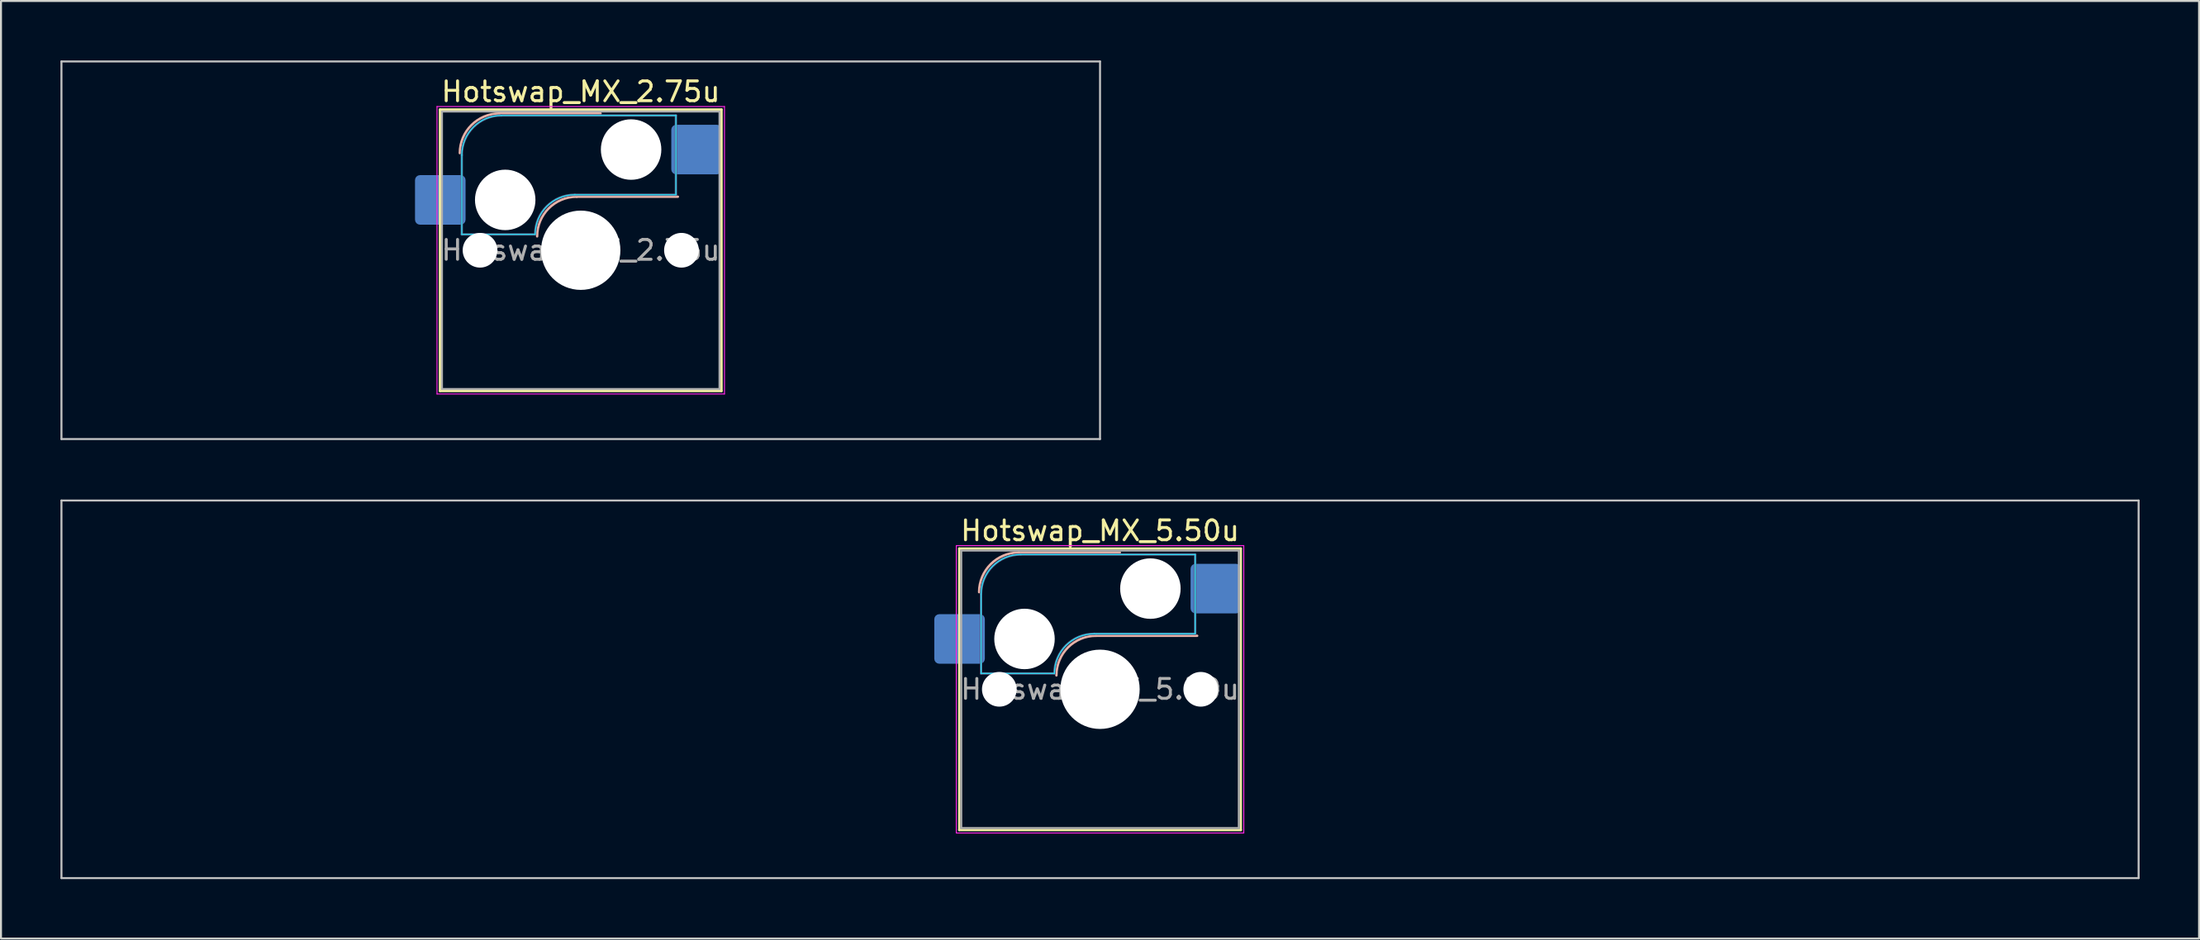
<source format=kicad_pcb>
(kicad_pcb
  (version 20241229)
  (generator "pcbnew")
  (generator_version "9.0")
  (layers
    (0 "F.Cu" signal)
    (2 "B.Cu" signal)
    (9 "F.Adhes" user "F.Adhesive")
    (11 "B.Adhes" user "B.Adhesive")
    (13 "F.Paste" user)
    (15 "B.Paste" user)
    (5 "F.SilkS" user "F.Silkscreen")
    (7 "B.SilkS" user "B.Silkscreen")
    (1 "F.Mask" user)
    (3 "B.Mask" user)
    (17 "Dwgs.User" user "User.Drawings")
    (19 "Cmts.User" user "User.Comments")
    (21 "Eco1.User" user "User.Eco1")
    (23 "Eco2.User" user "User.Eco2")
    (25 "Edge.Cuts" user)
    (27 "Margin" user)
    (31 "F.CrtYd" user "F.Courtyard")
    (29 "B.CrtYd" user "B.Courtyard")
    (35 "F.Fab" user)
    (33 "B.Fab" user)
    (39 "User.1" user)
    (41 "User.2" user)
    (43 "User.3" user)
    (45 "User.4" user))
  (footprint "Hotswap_MX_5.50u"
    (layer "F.Cu")
    (at 52.438 31.725)
    (property "Reference" "Hotswap_MX_5.50u" (at 0 -8 0) (layer "F.SilkS") (effects (font (size 1 1) (thickness 0.15))))
    (attr smd)
    (fp_line (start -7.1 -7.1) (end -7.1 7.1) (stroke (width 0.12) (type solid)) (layer "F.SilkS"))
    (fp_line (start -7.1 7.1) (end 7.1 7.1) (stroke (width 0.12) (type solid)) (layer "F.SilkS"))
    (fp_line (start 7.1 -7.1) (end -7.1 -7.1) (stroke (width 0.12) (type solid)) (layer "F.SilkS"))
    (fp_line (start 7.1 7.1) (end 7.1 -7.1) (stroke (width 0.12) (type solid)) (layer "F.SilkS"))
    (fp_line (start -4.1 -6.9) (end 1 -6.9) (stroke (width 0.12) (type solid)) (layer "B.SilkS"))
    (fp_line (start -0.2 -2.7) (end 4.9 -2.7) (stroke (width 0.12) (type solid)) (layer "B.SilkS"))
    (fp_arc (start -6.1 -4.9) (mid -5.514214 -6.314214) (end -4.1 -6.9) (stroke (width 0.12) (type solid)) (layer "B.SilkS"))
    (fp_arc (start -2.2 -0.7) (mid -1.614214 -2.114214) (end -0.2 -2.7) (stroke (width 0.12) (type solid)) (layer "B.SilkS"))
    (fp_line (start -52.388 -9.525) (end -52.388 9.525) (stroke (width 0.1) (type solid)) (layer "Dwgs.User"))
    (fp_line (start -52.388 9.525) (end 52.388 9.525) (stroke (width 0.1) (type solid)) (layer "Dwgs.User"))
    (fp_line (start 52.388 -9.525) (end -52.388 -9.525) (stroke (width 0.1) (type solid)) (layer "Dwgs.User"))
    (fp_line (start 52.388 9.525) (end 52.388 -9.525) (stroke (width 0.1) (type solid)) (layer "Dwgs.User"))
    (fp_line (start -7.8 -6) (end -7 -6) (stroke (width 0.1) (type solid)) (layer "Eco1.User"))
    (fp_line (start -7.8 -2.9) (end -7.8 -6) (stroke (width 0.1) (type solid)) (layer "Eco1.User"))
    (fp_line (start -7.8 2.9) (end -7 2.9) (stroke (width 0.1) (type solid)) (layer "Eco1.User"))
    (fp_line (start -7.8 6) (end -7.8 2.9) (stroke (width 0.1) (type solid)) (layer "Eco1.User"))
    (fp_line (start -7 -7) (end 7 -7) (stroke (width 0.1) (type solid)) (layer "Eco1.User"))
    (fp_line (start -7 -6) (end -7 -7) (stroke (width 0.1) (type solid)) (layer "Eco1.User"))
    (fp_line (start -7 -2.9) (end -7.8 -2.9) (stroke (width 0.1) (type solid)) (layer "Eco1.User"))
    (fp_line (start -7 2.9) (end -7 -2.9) (stroke (width 0.1) (type solid)) (layer "Eco1.User"))
    (fp_line (start -7 6) (end -7.8 6) (stroke (width 0.1) (type solid)) (layer "Eco1.User"))
    (fp_line (start -7 7) (end -7 6) (stroke (width 0.1) (type solid)) (layer "Eco1.User"))
    (fp_line (start 7 -7) (end 7 -6) (stroke (width 0.1) (type solid)) (layer "Eco1.User"))
    (fp_line (start 7 -6) (end 7.8 -6) (stroke (width 0.1) (type solid)) (layer "Eco1.User"))
    (fp_line (start 7 -2.9) (end 7 2.9) (stroke (width 0.1) (type solid)) (layer "Eco1.User"))
    (fp_line (start 7 2.9) (end 7.8 2.9) (stroke (width 0.1) (type solid)) (layer "Eco1.User"))
    (fp_line (start 7 6) (end 7 7) (stroke (width 0.1) (type solid)) (layer "Eco1.User"))
    (fp_line (start 7 7) (end -7 7) (stroke (width 0.1) (type solid)) (layer "Eco1.User"))
    (fp_line (start 7.8 -6) (end 7.8 -2.9) (stroke (width 0.1) (type solid)) (layer "Eco1.User"))
    (fp_line (start 7.8 -2.9) (end 7 -2.9) (stroke (width 0.1) (type solid)) (layer "Eco1.User"))
    (fp_line (start 7.8 2.9) (end 7.8 6) (stroke (width 0.1) (type solid)) (layer "Eco1.User"))
    (fp_line (start 7.8 6) (end 7 6) (stroke (width 0.1) (type solid)) (layer "Eco1.User"))
    (fp_line (start -6 -0.8) (end -6 -4.8) (stroke (width 0.05) (type solid)) (layer "B.CrtYd"))
    (fp_line (start -6 -0.8) (end -2.3 -0.8) (stroke (width 0.05) (type solid)) (layer "B.CrtYd"))
    (fp_line (start -4 -6.8) (end 4.8 -6.8) (stroke (width 0.05) (type solid)) (layer "B.CrtYd"))
    (fp_line (start -0.3 -2.8) (end 4.8 -2.8) (stroke (width 0.05) (type solid)) (layer "B.CrtYd"))
    (fp_line (start 4.8 -6.8) (end 4.8 -2.8) (stroke (width 0.05) (type solid)) (layer "B.CrtYd"))
    (fp_arc (start -6 -4.8) (mid -5.414214 -6.214214) (end -4 -6.8) (stroke (width 0.05) (type solid)) (layer "B.CrtYd"))
    (fp_arc (start -2.3 -0.8) (mid -1.714214 -2.214214) (end -0.3 -2.8) (stroke (width 0.05) (type solid)) (layer "B.CrtYd"))
    (fp_line (start -7.25 -7.25) (end -7.25 7.25) (stroke (width 0.05) (type solid)) (layer "F.CrtYd"))
    (fp_line (start -7.25 7.25) (end 7.25 7.25) (stroke (width 0.05) (type solid)) (layer "F.CrtYd"))
    (fp_line (start 7.25 -7.25) (end -7.25 -7.25) (stroke (width 0.05) (type solid)) (layer "F.CrtYd"))
    (fp_line (start 7.25 7.25) (end 7.25 -7.25) (stroke (width 0.05) (type solid)) (layer "F.CrtYd"))
    (fp_line (start -6 -0.8) (end -6 -4.8) (stroke (width 0.12) (type solid)) (layer "B.Fab"))
    (fp_line (start -6 -0.8) (end -2.3 -0.8) (stroke (width 0.12) (type solid)) (layer "B.Fab"))
    (fp_line (start -4 -6.8) (end 4.8 -6.8) (stroke (width 0.12) (type solid)) (layer "B.Fab"))
    (fp_line (start -0.3 -2.8) (end 4.8 -2.8) (stroke (width 0.12) (type solid)) (layer "B.Fab"))
    (fp_line (start 4.8 -6.8) (end 4.8 -2.8) (stroke (width 0.12) (type solid)) (layer "B.Fab"))
    (fp_arc (start -6 -4.8) (mid -5.414214 -6.214214) (end -4 -6.8) (stroke (width 0.12) (type solid)) (layer "B.Fab"))
    (fp_arc (start -2.3 -0.8) (mid -1.714214 -2.214214) (end -0.3 -2.8) (stroke (width 0.12) (type solid)) (layer "B.Fab"))
    (fp_line (start -7 -7) (end -7 7) (stroke (width 0.1) (type solid)) (layer "F.Fab"))
    (fp_line (start -7 7) (end 7 7) (stroke (width 0.1) (type solid)) (layer "F.Fab"))
    (fp_line (start 7 -7) (end -7 -7) (stroke (width 0.1) (type solid)) (layer "F.Fab"))
    (fp_line (start 7 7) (end 7 -7) (stroke (width 0.1) (type solid)) (layer "F.Fab"))
    (fp_text user "${REFERENCE}" (at 0 0 0) (layer "F.Fab") (effects (font (size 1 1) (thickness 0.15))))
    (pad "" np_thru_hole circle (at -5.08 0) (size 1.75 1.75) (drill 1.75) (layers "*.Cu" "*.Mask"))
    (pad "" np_thru_hole circle (at -3.81 -2.54) (size 3.05 3.05) (drill 3.05) (layers "*.Cu" "*.Mask"))
    (pad "" np_thru_hole circle (at 0 0) (size 4 4) (drill 4) (layers "*.Cu" "*.Mask"))
    (pad "" np_thru_hole circle (at 2.54 -5.08) (size 3.05 3.05) (drill 3.05) (layers "*.Cu" "*.Mask"))
    (pad "" np_thru_hole circle (at 5.08 0) (size 1.75 1.75) (drill 1.75) (layers "*.Cu" "*.Mask"))
    (pad "1" smd roundrect (at -7.085 -2.54) (size 2.55 2.5) (layers "B.Cu" "B.Mask" "B.Paste") (roundrect_rratio 0.1))
    (pad "2" smd roundrect (at 5.842 -5.08) (size 2.55 2.5) (layers "B.Cu" "B.Mask" "B.Paste") (roundrect_rratio 0.1)))
  (footprint "Hotswap_MX_2.75u"
    (layer "F.Cu")
    (at 26.244 9.575)
    (property "Reference" "Hotswap_MX_2.75u" (at 0 -8 0) (layer "F.SilkS") (effects (font (size 1 1) (thickness 0.15))))
    (attr smd)
    (fp_line (start -7.1 -7.1) (end -7.1 7.1) (stroke (width 0.12) (type solid)) (layer "F.SilkS"))
    (fp_line (start -7.1 7.1) (end 7.1 7.1) (stroke (width 0.12) (type solid)) (layer "F.SilkS"))
    (fp_line (start 7.1 -7.1) (end -7.1 -7.1) (stroke (width 0.12) (type solid)) (layer "F.SilkS"))
    (fp_line (start 7.1 7.1) (end 7.1 -7.1) (stroke (width 0.12) (type solid)) (layer "F.SilkS"))
    (fp_line (start -4.1 -6.9) (end 1 -6.9) (stroke (width 0.12) (type solid)) (layer "B.SilkS"))
    (fp_line (start -0.2 -2.7) (end 4.9 -2.7) (stroke (width 0.12) (type solid)) (layer "B.SilkS"))
    (fp_arc (start -6.1 -4.9) (mid -5.514214 -6.314214) (end -4.1 -6.9) (stroke (width 0.12) (type solid)) (layer "B.SilkS"))
    (fp_arc (start -2.2 -0.7) (mid -1.614214 -2.114214) (end -0.2 -2.7) (stroke (width 0.12) (type solid)) (layer "B.SilkS"))
    (fp_line (start -26.194 -9.525) (end -26.194 9.525) (stroke (width 0.1) (type solid)) (layer "Dwgs.User"))
    (fp_line (start -26.194 9.525) (end 26.194 9.525) (stroke (width 0.1) (type solid)) (layer "Dwgs.User"))
    (fp_line (start 26.194 -9.525) (end -26.194 -9.525) (stroke (width 0.1) (type solid)) (layer "Dwgs.User"))
    (fp_line (start 26.194 9.525) (end 26.194 -9.525) (stroke (width 0.1) (type solid)) (layer "Dwgs.User"))
    (fp_line (start -7.8 -6) (end -7 -6) (stroke (width 0.1) (type solid)) (layer "Eco1.User"))
    (fp_line (start -7.8 -2.9) (end -7.8 -6) (stroke (width 0.1) (type solid)) (layer "Eco1.User"))
    (fp_line (start -7.8 2.9) (end -7 2.9) (stroke (width 0.1) (type solid)) (layer "Eco1.User"))
    (fp_line (start -7.8 6) (end -7.8 2.9) (stroke (width 0.1) (type solid)) (layer "Eco1.User"))
    (fp_line (start -7 -7) (end 7 -7) (stroke (width 0.1) (type solid)) (layer "Eco1.User"))
    (fp_line (start -7 -6) (end -7 -7) (stroke (width 0.1) (type solid)) (layer "Eco1.User"))
    (fp_line (start -7 -2.9) (end -7.8 -2.9) (stroke (width 0.1) (type solid)) (layer "Eco1.User"))
    (fp_line (start -7 2.9) (end -7 -2.9) (stroke (width 0.1) (type solid)) (layer "Eco1.User"))
    (fp_line (start -7 6) (end -7.8 6) (stroke (width 0.1) (type solid)) (layer "Eco1.User"))
    (fp_line (start -7 7) (end -7 6) (stroke (width 0.1) (type solid)) (layer "Eco1.User"))
    (fp_line (start 7 -7) (end 7 -6) (stroke (width 0.1) (type solid)) (layer "Eco1.User"))
    (fp_line (start 7 -6) (end 7.8 -6) (stroke (width 0.1) (type solid)) (layer "Eco1.User"))
    (fp_line (start 7 -2.9) (end 7 2.9) (stroke (width 0.1) (type solid)) (layer "Eco1.User"))
    (fp_line (start 7 2.9) (end 7.8 2.9) (stroke (width 0.1) (type solid)) (layer "Eco1.User"))
    (fp_line (start 7 6) (end 7 7) (stroke (width 0.1) (type solid)) (layer "Eco1.User"))
    (fp_line (start 7 7) (end -7 7) (stroke (width 0.1) (type solid)) (layer "Eco1.User"))
    (fp_line (start 7.8 -6) (end 7.8 -2.9) (stroke (width 0.1) (type solid)) (layer "Eco1.User"))
    (fp_line (start 7.8 -2.9) (end 7 -2.9) (stroke (width 0.1) (type solid)) (layer "Eco1.User"))
    (fp_line (start 7.8 2.9) (end 7.8 6) (stroke (width 0.1) (type solid)) (layer "Eco1.User"))
    (fp_line (start 7.8 6) (end 7 6) (stroke (width 0.1) (type solid)) (layer "Eco1.User"))
    (fp_line (start -6 -0.8) (end -6 -4.8) (stroke (width 0.05) (type solid)) (layer "B.CrtYd"))
    (fp_line (start -6 -0.8) (end -2.3 -0.8) (stroke (width 0.05) (type solid)) (layer "B.CrtYd"))
    (fp_line (start -4 -6.8) (end 4.8 -6.8) (stroke (width 0.05) (type solid)) (layer "B.CrtYd"))
    (fp_line (start -0.3 -2.8) (end 4.8 -2.8) (stroke (width 0.05) (type solid)) (layer "B.CrtYd"))
    (fp_line (start 4.8 -6.8) (end 4.8 -2.8) (stroke (width 0.05) (type solid)) (layer "B.CrtYd"))
    (fp_arc (start -6 -4.8) (mid -5.414214 -6.214214) (end -4 -6.8) (stroke (width 0.05) (type solid)) (layer "B.CrtYd"))
    (fp_arc (start -2.3 -0.8) (mid -1.714214 -2.214214) (end -0.3 -2.8) (stroke (width 0.05) (type solid)) (layer "B.CrtYd"))
    (fp_line (start -7.25 -7.25) (end -7.25 7.25) (stroke (width 0.05) (type solid)) (layer "F.CrtYd"))
    (fp_line (start -7.25 7.25) (end 7.25 7.25) (stroke (width 0.05) (type solid)) (layer "F.CrtYd"))
    (fp_line (start 7.25 -7.25) (end -7.25 -7.25) (stroke (width 0.05) (type solid)) (layer "F.CrtYd"))
    (fp_line (start 7.25 7.25) (end 7.25 -7.25) (stroke (width 0.05) (type solid)) (layer "F.CrtYd"))
    (fp_line (start -6 -0.8) (end -6 -4.8) (stroke (width 0.12) (type solid)) (layer "B.Fab"))
    (fp_line (start -6 -0.8) (end -2.3 -0.8) (stroke (width 0.12) (type solid)) (layer "B.Fab"))
    (fp_line (start -4 -6.8) (end 4.8 -6.8) (stroke (width 0.12) (type solid)) (layer "B.Fab"))
    (fp_line (start -0.3 -2.8) (end 4.8 -2.8) (stroke (width 0.12) (type solid)) (layer "B.Fab"))
    (fp_line (start 4.8 -6.8) (end 4.8 -2.8) (stroke (width 0.12) (type solid)) (layer "B.Fab"))
    (fp_arc (start -6 -4.8) (mid -5.414214 -6.214214) (end -4 -6.8) (stroke (width 0.12) (type solid)) (layer "B.Fab"))
    (fp_arc (start -2.3 -0.8) (mid -1.714214 -2.214214) (end -0.3 -2.8) (stroke (width 0.12) (type solid)) (layer "B.Fab"))
    (fp_line (start -7 -7) (end -7 7) (stroke (width 0.1) (type solid)) (layer "F.Fab"))
    (fp_line (start -7 7) (end 7 7) (stroke (width 0.1) (type solid)) (layer "F.Fab"))
    (fp_line (start 7 -7) (end -7 -7) (stroke (width 0.1) (type solid)) (layer "F.Fab"))
    (fp_line (start 7 7) (end 7 -7) (stroke (width 0.1) (type solid)) (layer "F.Fab"))
    (fp_text user "${REFERENCE}" (at 0 0 0) (layer "F.Fab") (effects (font (size 1 1) (thickness 0.15))))
    (pad "" np_thru_hole circle (at -5.08 0) (size 1.75 1.75) (drill 1.75) (layers "*.Cu" "*.Mask"))
    (pad "" np_thru_hole circle (at -3.81 -2.54) (size 3.05 3.05) (drill 3.05) (layers "*.Cu" "*.Mask"))
    (pad "" np_thru_hole circle (at 0 0) (size 4 4) (drill 4) (layers "*.Cu" "*.Mask"))
    (pad "" np_thru_hole circle (at 2.54 -5.08) (size 3.05 3.05) (drill 3.05) (layers "*.Cu" "*.Mask"))
    (pad "" np_thru_hole circle (at 5.08 0) (size 1.75 1.75) (drill 1.75) (layers "*.Cu" "*.Mask"))
    (pad "1" smd roundrect (at -7.085 -2.54) (size 2.55 2.5) (layers "B.Cu" "B.Mask" "B.Paste") (roundrect_rratio 0.1))
    (pad "2" smd roundrect (at 5.842 -5.08) (size 2.55 2.5) (layers "B.Cu" "B.Mask" "B.Paste") (roundrect_rratio 0.1)))
  (gr_rect
    (start -3 -3)
    (end 107.875 44.3)
    (stroke (width 0.1) (type default))
    (fill no)
    (layer "Edge.Cuts")))
</source>
